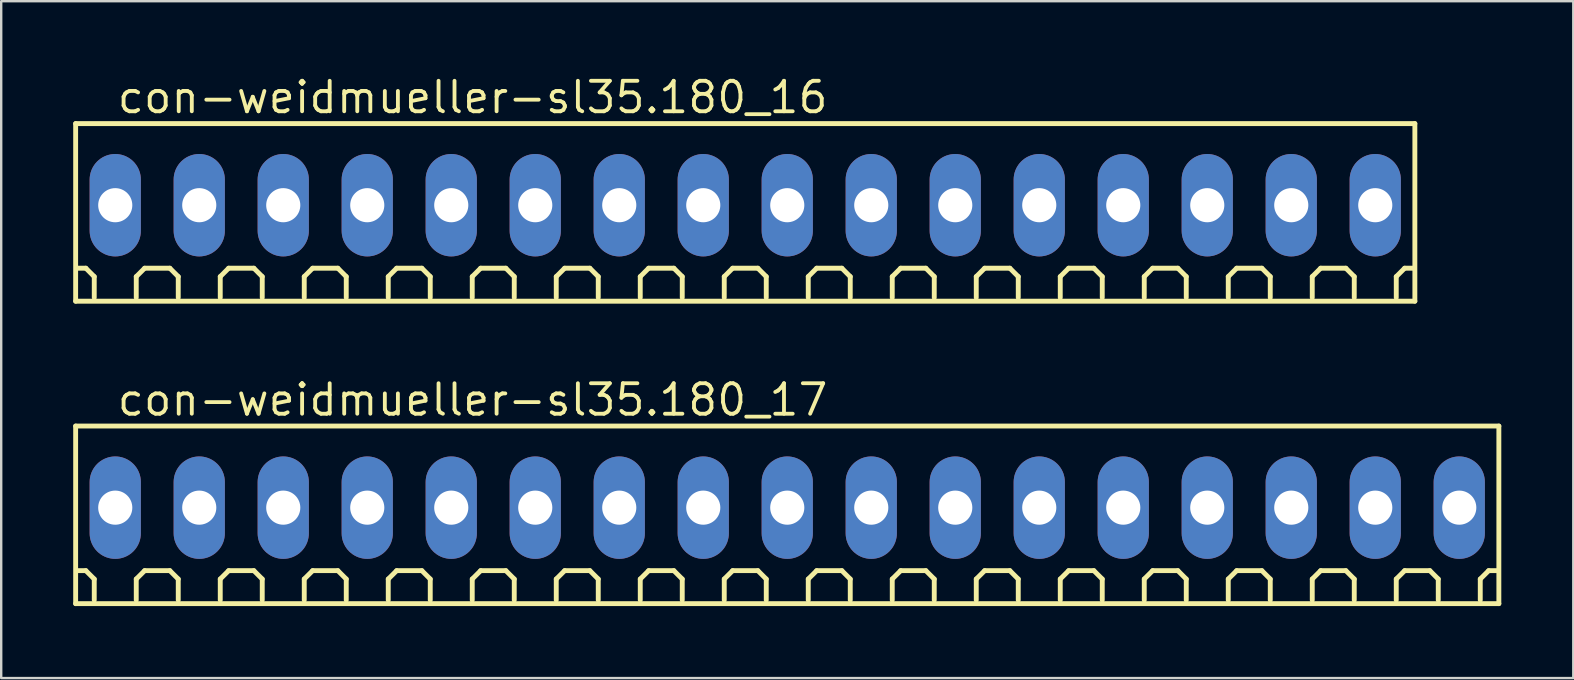
<source format=kicad_pcb>
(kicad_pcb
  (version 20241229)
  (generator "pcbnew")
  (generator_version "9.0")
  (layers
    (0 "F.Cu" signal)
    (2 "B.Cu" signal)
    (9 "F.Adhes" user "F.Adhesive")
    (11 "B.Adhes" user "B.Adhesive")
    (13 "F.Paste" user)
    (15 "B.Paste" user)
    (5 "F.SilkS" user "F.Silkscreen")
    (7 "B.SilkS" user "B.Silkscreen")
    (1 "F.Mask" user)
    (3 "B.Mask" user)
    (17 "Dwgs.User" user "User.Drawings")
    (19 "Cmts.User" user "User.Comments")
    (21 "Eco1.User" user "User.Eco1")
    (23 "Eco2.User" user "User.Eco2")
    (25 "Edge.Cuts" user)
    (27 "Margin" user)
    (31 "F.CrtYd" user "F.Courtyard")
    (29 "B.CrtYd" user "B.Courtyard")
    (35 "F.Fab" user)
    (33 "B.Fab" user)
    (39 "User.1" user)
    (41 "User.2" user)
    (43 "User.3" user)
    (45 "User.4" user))
  (footprint "con-weidmueller-sl35.180_16"
    (layer "F.Cu")
    (at 28.002 5.5)
    (property "Reference" "con-weidmueller-sl35.180_16" (at -26.25 -3.75 0) (layer "F.SilkS") (effects (font (size 1.27 1.27) (thickness 0.16)) (justify left bottom)))
    (attr through_hole)
    (fp_line (start -27.9 -3.4) (end 27.9 -3.4) (stroke (width 0.203) (type default)) (layer "F.SilkS"))
    (fp_line (start -27.9 4) (end -27.9 -3.4) (stroke (width 0.203) (type default)) (layer "F.SilkS"))
    (fp_line (start -27.475 2.625) (end -27.825 2.625) (stroke (width 0.203) (type default)) (layer "F.SilkS"))
    (fp_line (start -27.125 2.975) (end -27.475 2.625) (stroke (width 0.203) (type default)) (layer "F.SilkS"))
    (fp_line (start -27.125 3.85) (end -27.125 2.975) (stroke (width 0.203) (type default)) (layer "F.SilkS"))
    (fp_line (start -25.375 2.975) (end -25.025 2.625) (stroke (width 0.203) (type default)) (layer "F.SilkS"))
    (fp_line (start -25.375 3.85) (end -25.375 2.975) (stroke (width 0.203) (type default)) (layer "F.SilkS"))
    (fp_line (start -25.025 2.625) (end -23.975 2.625) (stroke (width 0.203) (type default)) (layer "F.SilkS"))
    (fp_line (start -23.975 2.625) (end -23.625 2.975) (stroke (width 0.203) (type default)) (layer "F.SilkS"))
    (fp_line (start -23.625 2.975) (end -23.625 3.85) (stroke (width 0.203) (type default)) (layer "F.SilkS"))
    (fp_line (start -21.875 2.975) (end -21.525 2.625) (stroke (width 0.203) (type default)) (layer "F.SilkS"))
    (fp_line (start -21.875 3.85) (end -21.875 2.975) (stroke (width 0.203) (type default)) (layer "F.SilkS"))
    (fp_line (start -21.525 2.625) (end -20.475 2.625) (stroke (width 0.203) (type default)) (layer "F.SilkS"))
    (fp_line (start -20.475 2.625) (end -20.125 2.975) (stroke (width 0.203) (type default)) (layer "F.SilkS"))
    (fp_line (start -20.125 2.975) (end -20.125 3.85) (stroke (width 0.203) (type default)) (layer "F.SilkS"))
    (fp_line (start -18.375 2.975) (end -18.025 2.625) (stroke (width 0.203) (type default)) (layer "F.SilkS"))
    (fp_line (start -18.375 3.85) (end -18.375 2.975) (stroke (width 0.203) (type default)) (layer "F.SilkS"))
    (fp_line (start -18.025 2.625) (end -16.975 2.625) (stroke (width 0.203) (type default)) (layer "F.SilkS"))
    (fp_line (start -16.975 2.625) (end -16.625 2.975) (stroke (width 0.203) (type default)) (layer "F.SilkS"))
    (fp_line (start -16.625 2.975) (end -16.625 3.85) (stroke (width 0.203) (type default)) (layer "F.SilkS"))
    (fp_line (start -14.875 2.975) (end -14.525 2.625) (stroke (width 0.203) (type default)) (layer "F.SilkS"))
    (fp_line (start -14.875 3.85) (end -14.875 2.975) (stroke (width 0.203) (type default)) (layer "F.SilkS"))
    (fp_line (start -14.525 2.625) (end -13.475 2.625) (stroke (width 0.203) (type default)) (layer "F.SilkS"))
    (fp_line (start -13.475 2.625) (end -13.125 2.975) (stroke (width 0.203) (type default)) (layer "F.SilkS"))
    (fp_line (start -13.125 2.975) (end -13.125 3.85) (stroke (width 0.203) (type default)) (layer "F.SilkS"))
    (fp_line (start -11.375 2.975) (end -11.025 2.625) (stroke (width 0.203) (type default)) (layer "F.SilkS"))
    (fp_line (start -11.375 3.85) (end -11.375 2.975) (stroke (width 0.203) (type default)) (layer "F.SilkS"))
    (fp_line (start -11.025 2.625) (end -9.975 2.625) (stroke (width 0.203) (type default)) (layer "F.SilkS"))
    (fp_line (start -9.975 2.625) (end -9.625 2.975) (stroke (width 0.203) (type default)) (layer "F.SilkS"))
    (fp_line (start -9.625 2.975) (end -9.625 3.85) (stroke (width 0.203) (type default)) (layer "F.SilkS"))
    (fp_line (start -7.875 2.975) (end -7.525 2.625) (stroke (width 0.203) (type default)) (layer "F.SilkS"))
    (fp_line (start -7.875 3.85) (end -7.875 2.975) (stroke (width 0.203) (type default)) (layer "F.SilkS"))
    (fp_line (start -7.525 2.625) (end -6.475 2.625) (stroke (width 0.203) (type default)) (layer "F.SilkS"))
    (fp_line (start -6.475 2.625) (end -6.125 2.975) (stroke (width 0.203) (type default)) (layer "F.SilkS"))
    (fp_line (start -6.125 2.975) (end -6.125 3.85) (stroke (width 0.203) (type default)) (layer "F.SilkS"))
    (fp_line (start -4.375 2.975) (end -4.025 2.625) (stroke (width 0.203) (type default)) (layer "F.SilkS"))
    (fp_line (start -4.375 3.85) (end -4.375 2.975) (stroke (width 0.203) (type default)) (layer "F.SilkS"))
    (fp_line (start -4.025 2.625) (end -2.975 2.625) (stroke (width 0.203) (type default)) (layer "F.SilkS"))
    (fp_line (start -2.975 2.625) (end -2.625 2.975) (stroke (width 0.203) (type default)) (layer "F.SilkS"))
    (fp_line (start -2.625 2.975) (end -2.625 3.85) (stroke (width 0.203) (type default)) (layer "F.SilkS"))
    (fp_line (start -0.875 2.975) (end -0.525 2.625) (stroke (width 0.203) (type default)) (layer "F.SilkS"))
    (fp_line (start -0.875 3.85) (end -0.875 2.975) (stroke (width 0.203) (type default)) (layer "F.SilkS"))
    (fp_line (start -0.525 2.625) (end 0.525 2.625) (stroke (width 0.203) (type default)) (layer "F.SilkS"))
    (fp_line (start 0.525 2.625) (end 0.875 2.975) (stroke (width 0.203) (type default)) (layer "F.SilkS"))
    (fp_line (start 0.875 2.975) (end 0.875 3.85) (stroke (width 0.203) (type default)) (layer "F.SilkS"))
    (fp_line (start 2.625 2.975) (end 2.975 2.625) (stroke (width 0.203) (type default)) (layer "F.SilkS"))
    (fp_line (start 2.625 3.85) (end 2.625 2.975) (stroke (width 0.203) (type default)) (layer "F.SilkS"))
    (fp_line (start 2.975 2.625) (end 4.025 2.625) (stroke (width 0.203) (type default)) (layer "F.SilkS"))
    (fp_line (start 4.025 2.625) (end 4.375 2.975) (stroke (width 0.203) (type default)) (layer "F.SilkS"))
    (fp_line (start 4.375 2.975) (end 4.375 3.85) (stroke (width 0.203) (type default)) (layer "F.SilkS"))
    (fp_line (start 6.125 2.975) (end 6.475 2.625) (stroke (width 0.203) (type default)) (layer "F.SilkS"))
    (fp_line (start 6.125 3.85) (end 6.125 2.975) (stroke (width 0.203) (type default)) (layer "F.SilkS"))
    (fp_line (start 6.475 2.625) (end 7.525 2.625) (stroke (width 0.203) (type default)) (layer "F.SilkS"))
    (fp_line (start 7.525 2.625) (end 7.875 2.975) (stroke (width 0.203) (type default)) (layer "F.SilkS"))
    (fp_line (start 7.875 2.975) (end 7.875 3.85) (stroke (width 0.203) (type default)) (layer "F.SilkS"))
    (fp_line (start 9.625 2.975) (end 9.975 2.625) (stroke (width 0.203) (type default)) (layer "F.SilkS"))
    (fp_line (start 9.625 3.85) (end 9.625 2.975) (stroke (width 0.203) (type default)) (layer "F.SilkS"))
    (fp_line (start 9.975 2.625) (end 11.025 2.625) (stroke (width 0.203) (type default)) (layer "F.SilkS"))
    (fp_line (start 11.025 2.625) (end 11.375 2.975) (stroke (width 0.203) (type default)) (layer "F.SilkS"))
    (fp_line (start 11.375 2.975) (end 11.375 3.85) (stroke (width 0.203) (type default)) (layer "F.SilkS"))
    (fp_line (start 13.125 2.975) (end 13.475 2.625) (stroke (width 0.203) (type default)) (layer "F.SilkS"))
    (fp_line (start 13.125 3.85) (end 13.125 2.975) (stroke (width 0.203) (type default)) (layer "F.SilkS"))
    (fp_line (start 13.475 2.625) (end 14.525 2.625) (stroke (width 0.203) (type default)) (layer "F.SilkS"))
    (fp_line (start 14.525 2.625) (end 14.875 2.975) (stroke (width 0.203) (type default)) (layer "F.SilkS"))
    (fp_line (start 14.875 2.975) (end 14.875 3.85) (stroke (width 0.203) (type default)) (layer "F.SilkS"))
    (fp_line (start 16.625 2.975) (end 16.975 2.625) (stroke (width 0.203) (type default)) (layer "F.SilkS"))
    (fp_line (start 16.625 3.85) (end 16.625 2.975) (stroke (width 0.203) (type default)) (layer "F.SilkS"))
    (fp_line (start 16.975 2.625) (end 18.025 2.625) (stroke (width 0.203) (type default)) (layer "F.SilkS"))
    (fp_line (start 18.025 2.625) (end 18.375 2.975) (stroke (width 0.203) (type default)) (layer "F.SilkS"))
    (fp_line (start 18.375 2.975) (end 18.375 3.85) (stroke (width 0.203) (type default)) (layer "F.SilkS"))
    (fp_line (start 20.125 2.975) (end 20.475 2.625) (stroke (width 0.203) (type default)) (layer "F.SilkS"))
    (fp_line (start 20.125 3.85) (end 20.125 2.975) (stroke (width 0.203) (type default)) (layer "F.SilkS"))
    (fp_line (start 20.475 2.625) (end 21.525 2.625) (stroke (width 0.203) (type default)) (layer "F.SilkS"))
    (fp_line (start 21.525 2.625) (end 21.875 2.975) (stroke (width 0.203) (type default)) (layer "F.SilkS"))
    (fp_line (start 21.875 2.975) (end 21.875 3.85) (stroke (width 0.203) (type default)) (layer "F.SilkS"))
    (fp_line (start 23.625 2.975) (end 23.975 2.625) (stroke (width 0.203) (type default)) (layer "F.SilkS"))
    (fp_line (start 23.625 3.85) (end 23.625 2.975) (stroke (width 0.203) (type default)) (layer "F.SilkS"))
    (fp_line (start 23.975 2.625) (end 25.025 2.625) (stroke (width 0.203) (type default)) (layer "F.SilkS"))
    (fp_line (start 25.025 2.625) (end 25.375 2.975) (stroke (width 0.203) (type default)) (layer "F.SilkS"))
    (fp_line (start 25.375 2.975) (end 25.375 3.85) (stroke (width 0.203) (type default)) (layer "F.SilkS"))
    (fp_line (start 27.125 2.975) (end 27.475 2.625) (stroke (width 0.203) (type default)) (layer "F.SilkS"))
    (fp_line (start 27.125 3.85) (end 27.125 2.975) (stroke (width 0.203) (type default)) (layer "F.SilkS"))
    (fp_line (start 27.825 2.625) (end 27.475 2.625) (stroke (width 0.203) (type default)) (layer "F.SilkS"))
    (fp_line (start 27.9 -3.4) (end 27.9 4) (stroke (width 0.203) (type default)) (layer "F.SilkS"))
    (fp_line (start 27.9 4) (end -27.9 4) (stroke (width 0.203) (type default)) (layer "F.SilkS"))
    (pad "1" thru_hole oval (at -26.25 0 90) (size 4.267 2.134) (drill 1.422) (layers "*.Cu" "*.Mask"))
    (pad "2" thru_hole oval (at -22.75 0 90) (size 4.267 2.134) (drill 1.422) (layers "*.Cu" "*.Mask"))
    (pad "3" thru_hole oval (at -19.25 0 90) (size 4.267 2.134) (drill 1.422) (layers "*.Cu" "*.Mask"))
    (pad "4" thru_hole oval (at -15.75 0 90) (size 4.267 2.134) (drill 1.422) (layers "*.Cu" "*.Mask"))
    (pad "5" thru_hole oval (at -12.25 0 90) (size 4.267 2.134) (drill 1.422) (layers "*.Cu" "*.Mask"))
    (pad "6" thru_hole oval (at -8.75 0 90) (size 4.267 2.134) (drill 1.422) (layers "*.Cu" "*.Mask"))
    (pad "7" thru_hole oval (at -5.25 0 90) (size 4.267 2.134) (drill 1.422) (layers "*.Cu" "*.Mask"))
    (pad "8" thru_hole oval (at -1.75 0 90) (size 4.267 2.134) (drill 1.422) (layers "*.Cu" "*.Mask"))
    (pad "9" thru_hole oval (at 1.75 0 90) (size 4.267 2.134) (drill 1.422) (layers "*.Cu" "*.Mask"))
    (pad "10" thru_hole oval (at 5.25 0 90) (size 4.267 2.134) (drill 1.422) (layers "*.Cu" "*.Mask"))
    (pad "11" thru_hole oval (at 8.75 0 90) (size 4.267 2.134) (drill 1.422) (layers "*.Cu" "*.Mask"))
    (pad "12" thru_hole oval (at 12.25 0 90) (size 4.267 2.134) (drill 1.422) (layers "*.Cu" "*.Mask"))
    (pad "13" thru_hole oval (at 15.75 0 90) (size 4.267 2.134) (drill 1.422) (layers "*.Cu" "*.Mask"))
    (pad "14" thru_hole oval (at 19.25 0 90) (size 4.267 2.134) (drill 1.422) (layers "*.Cu" "*.Mask"))
    (pad "15" thru_hole oval (at 22.75 0 90) (size 4.267 2.134) (drill 1.422) (layers "*.Cu" "*.Mask"))
    (pad "16" thru_hole oval (at 26.25 0 90) (size 4.267 2.134) (drill 1.422) (layers "*.Cu" "*.Mask")))
  (footprint "con-weidmueller-sl35.180_17"
    (layer "F.Cu")
    (at 29.752 18.102)
    (property "Reference" "con-weidmueller-sl35.180_17" (at -28 -3.75 0) (layer "F.SilkS") (effects (font (size 1.27 1.27) (thickness 0.16)) (justify left bottom)))
    (attr through_hole)
    (fp_line (start -29.65 -3.4) (end 29.65 -3.4) (stroke (width 0.203) (type default)) (layer "F.SilkS"))
    (fp_line (start -29.65 4) (end -29.65 -3.4) (stroke (width 0.203) (type default)) (layer "F.SilkS"))
    (fp_line (start -29.225 2.625) (end -29.575 2.625) (stroke (width 0.203) (type default)) (layer "F.SilkS"))
    (fp_line (start -28.875 2.975) (end -29.225 2.625) (stroke (width 0.203) (type default)) (layer "F.SilkS"))
    (fp_line (start -28.875 3.85) (end -28.875 2.975) (stroke (width 0.203) (type default)) (layer "F.SilkS"))
    (fp_line (start -27.125 2.975) (end -26.775 2.625) (stroke (width 0.203) (type default)) (layer "F.SilkS"))
    (fp_line (start -27.125 3.85) (end -27.125 2.975) (stroke (width 0.203) (type default)) (layer "F.SilkS"))
    (fp_line (start -26.775 2.625) (end -25.725 2.625) (stroke (width 0.203) (type default)) (layer "F.SilkS"))
    (fp_line (start -25.725 2.625) (end -25.375 2.975) (stroke (width 0.203) (type default)) (layer "F.SilkS"))
    (fp_line (start -25.375 2.975) (end -25.375 3.85) (stroke (width 0.203) (type default)) (layer "F.SilkS"))
    (fp_line (start -23.625 2.975) (end -23.275 2.625) (stroke (width 0.203) (type default)) (layer "F.SilkS"))
    (fp_line (start -23.625 3.85) (end -23.625 2.975) (stroke (width 0.203) (type default)) (layer "F.SilkS"))
    (fp_line (start -23.275 2.625) (end -22.225 2.625) (stroke (width 0.203) (type default)) (layer "F.SilkS"))
    (fp_line (start -22.225 2.625) (end -21.875 2.975) (stroke (width 0.203) (type default)) (layer "F.SilkS"))
    (fp_line (start -21.875 2.975) (end -21.875 3.85) (stroke (width 0.203) (type default)) (layer "F.SilkS"))
    (fp_line (start -20.125 2.975) (end -19.775 2.625) (stroke (width 0.203) (type default)) (layer "F.SilkS"))
    (fp_line (start -20.125 3.85) (end -20.125 2.975) (stroke (width 0.203) (type default)) (layer "F.SilkS"))
    (fp_line (start -19.775 2.625) (end -18.725 2.625) (stroke (width 0.203) (type default)) (layer "F.SilkS"))
    (fp_line (start -18.725 2.625) (end -18.375 2.975) (stroke (width 0.203) (type default)) (layer "F.SilkS"))
    (fp_line (start -18.375 2.975) (end -18.375 3.85) (stroke (width 0.203) (type default)) (layer "F.SilkS"))
    (fp_line (start -16.625 2.975) (end -16.275 2.625) (stroke (width 0.203) (type default)) (layer "F.SilkS"))
    (fp_line (start -16.625 3.85) (end -16.625 2.975) (stroke (width 0.203) (type default)) (layer "F.SilkS"))
    (fp_line (start -16.275 2.625) (end -15.225 2.625) (stroke (width 0.203) (type default)) (layer "F.SilkS"))
    (fp_line (start -15.225 2.625) (end -14.875 2.975) (stroke (width 0.203) (type default)) (layer "F.SilkS"))
    (fp_line (start -14.875 2.975) (end -14.875 3.85) (stroke (width 0.203) (type default)) (layer "F.SilkS"))
    (fp_line (start -13.125 2.975) (end -12.775 2.625) (stroke (width 0.203) (type default)) (layer "F.SilkS"))
    (fp_line (start -13.125 3.85) (end -13.125 2.975) (stroke (width 0.203) (type default)) (layer "F.SilkS"))
    (fp_line (start -12.775 2.625) (end -11.725 2.625) (stroke (width 0.203) (type default)) (layer "F.SilkS"))
    (fp_line (start -11.725 2.625) (end -11.375 2.975) (stroke (width 0.203) (type default)) (layer "F.SilkS"))
    (fp_line (start -11.375 2.975) (end -11.375 3.85) (stroke (width 0.203) (type default)) (layer "F.SilkS"))
    (fp_line (start -9.625 2.975) (end -9.275 2.625) (stroke (width 0.203) (type default)) (layer "F.SilkS"))
    (fp_line (start -9.625 3.85) (end -9.625 2.975) (stroke (width 0.203) (type default)) (layer "F.SilkS"))
    (fp_line (start -9.275 2.625) (end -8.225 2.625) (stroke (width 0.203) (type default)) (layer "F.SilkS"))
    (fp_line (start -8.225 2.625) (end -7.875 2.975) (stroke (width 0.203) (type default)) (layer "F.SilkS"))
    (fp_line (start -7.875 2.975) (end -7.875 3.85) (stroke (width 0.203) (type default)) (layer "F.SilkS"))
    (fp_line (start -6.125 2.975) (end -5.775 2.625) (stroke (width 0.203) (type default)) (layer "F.SilkS"))
    (fp_line (start -6.125 3.85) (end -6.125 2.975) (stroke (width 0.203) (type default)) (layer "F.SilkS"))
    (fp_line (start -5.775 2.625) (end -4.725 2.625) (stroke (width 0.203) (type default)) (layer "F.SilkS"))
    (fp_line (start -4.725 2.625) (end -4.375 2.975) (stroke (width 0.203) (type default)) (layer "F.SilkS"))
    (fp_line (start -4.375 2.975) (end -4.375 3.85) (stroke (width 0.203) (type default)) (layer "F.SilkS"))
    (fp_line (start -2.625 2.975) (end -2.275 2.625) (stroke (width 0.203) (type default)) (layer "F.SilkS"))
    (fp_line (start -2.625 3.85) (end -2.625 2.975) (stroke (width 0.203) (type default)) (layer "F.SilkS"))
    (fp_line (start -2.275 2.625) (end -1.225 2.625) (stroke (width 0.203) (type default)) (layer "F.SilkS"))
    (fp_line (start -1.225 2.625) (end -0.875 2.975) (stroke (width 0.203) (type default)) (layer "F.SilkS"))
    (fp_line (start -0.875 2.975) (end -0.875 3.85) (stroke (width 0.203) (type default)) (layer "F.SilkS"))
    (fp_line (start 0.875 2.975) (end 1.225 2.625) (stroke (width 0.203) (type default)) (layer "F.SilkS"))
    (fp_line (start 0.875 3.85) (end 0.875 2.975) (stroke (width 0.203) (type default)) (layer "F.SilkS"))
    (fp_line (start 1.225 2.625) (end 2.275 2.625) (stroke (width 0.203) (type default)) (layer "F.SilkS"))
    (fp_line (start 2.275 2.625) (end 2.625 2.975) (stroke (width 0.203) (type default)) (layer "F.SilkS"))
    (fp_line (start 2.625 2.975) (end 2.625 3.85) (stroke (width 0.203) (type default)) (layer "F.SilkS"))
    (fp_line (start 4.375 2.975) (end 4.725 2.625) (stroke (width 0.203) (type default)) (layer "F.SilkS"))
    (fp_line (start 4.375 3.85) (end 4.375 2.975) (stroke (width 0.203) (type default)) (layer "F.SilkS"))
    (fp_line (start 4.725 2.625) (end 5.775 2.625) (stroke (width 0.203) (type default)) (layer "F.SilkS"))
    (fp_line (start 5.775 2.625) (end 6.125 2.975) (stroke (width 0.203) (type default)) (layer "F.SilkS"))
    (fp_line (start 6.125 2.975) (end 6.125 3.85) (stroke (width 0.203) (type default)) (layer "F.SilkS"))
    (fp_line (start 7.875 2.975) (end 8.225 2.625) (stroke (width 0.203) (type default)) (layer "F.SilkS"))
    (fp_line (start 7.875 3.85) (end 7.875 2.975) (stroke (width 0.203) (type default)) (layer "F.SilkS"))
    (fp_line (start 8.225 2.625) (end 9.275 2.625) (stroke (width 0.203) (type default)) (layer "F.SilkS"))
    (fp_line (start 9.275 2.625) (end 9.625 2.975) (stroke (width 0.203) (type default)) (layer "F.SilkS"))
    (fp_line (start 9.625 2.975) (end 9.625 3.85) (stroke (width 0.203) (type default)) (layer "F.SilkS"))
    (fp_line (start 11.375 2.975) (end 11.725 2.625) (stroke (width 0.203) (type default)) (layer "F.SilkS"))
    (fp_line (start 11.375 3.85) (end 11.375 2.975) (stroke (width 0.203) (type default)) (layer "F.SilkS"))
    (fp_line (start 11.725 2.625) (end 12.775 2.625) (stroke (width 0.203) (type default)) (layer "F.SilkS"))
    (fp_line (start 12.775 2.625) (end 13.125 2.975) (stroke (width 0.203) (type default)) (layer "F.SilkS"))
    (fp_line (start 13.125 2.975) (end 13.125 3.85) (stroke (width 0.203) (type default)) (layer "F.SilkS"))
    (fp_line (start 14.875 2.975) (end 15.225 2.625) (stroke (width 0.203) (type default)) (layer "F.SilkS"))
    (fp_line (start 14.875 3.85) (end 14.875 2.975) (stroke (width 0.203) (type default)) (layer "F.SilkS"))
    (fp_line (start 15.225 2.625) (end 16.275 2.625) (stroke (width 0.203) (type default)) (layer "F.SilkS"))
    (fp_line (start 16.275 2.625) (end 16.625 2.975) (stroke (width 0.203) (type default)) (layer "F.SilkS"))
    (fp_line (start 16.625 2.975) (end 16.625 3.85) (stroke (width 0.203) (type default)) (layer "F.SilkS"))
    (fp_line (start 18.375 2.975) (end 18.725 2.625) (stroke (width 0.203) (type default)) (layer "F.SilkS"))
    (fp_line (start 18.375 3.85) (end 18.375 2.975) (stroke (width 0.203) (type default)) (layer "F.SilkS"))
    (fp_line (start 18.725 2.625) (end 19.775 2.625) (stroke (width 0.203) (type default)) (layer "F.SilkS"))
    (fp_line (start 19.775 2.625) (end 20.125 2.975) (stroke (width 0.203) (type default)) (layer "F.SilkS"))
    (fp_line (start 20.125 2.975) (end 20.125 3.85) (stroke (width 0.203) (type default)) (layer "F.SilkS"))
    (fp_line (start 21.875 2.975) (end 22.225 2.625) (stroke (width 0.203) (type default)) (layer "F.SilkS"))
    (fp_line (start 21.875 3.85) (end 21.875 2.975) (stroke (width 0.203) (type default)) (layer "F.SilkS"))
    (fp_line (start 22.225 2.625) (end 23.275 2.625) (stroke (width 0.203) (type default)) (layer "F.SilkS"))
    (fp_line (start 23.275 2.625) (end 23.625 2.975) (stroke (width 0.203) (type default)) (layer "F.SilkS"))
    (fp_line (start 23.625 2.975) (end 23.625 3.85) (stroke (width 0.203) (type default)) (layer "F.SilkS"))
    (fp_line (start 25.375 2.975) (end 25.725 2.625) (stroke (width 0.203) (type default)) (layer "F.SilkS"))
    (fp_line (start 25.375 3.85) (end 25.375 2.975) (stroke (width 0.203) (type default)) (layer "F.SilkS"))
    (fp_line (start 25.725 2.625) (end 26.775 2.625) (stroke (width 0.203) (type default)) (layer "F.SilkS"))
    (fp_line (start 26.775 2.625) (end 27.125 2.975) (stroke (width 0.203) (type default)) (layer "F.SilkS"))
    (fp_line (start 27.125 2.975) (end 27.125 3.85) (stroke (width 0.203) (type default)) (layer "F.SilkS"))
    (fp_line (start 28.875 2.975) (end 29.225 2.625) (stroke (width 0.203) (type default)) (layer "F.SilkS"))
    (fp_line (start 28.875 3.85) (end 28.875 2.975) (stroke (width 0.203) (type default)) (layer "F.SilkS"))
    (fp_line (start 29.225 2.625) (end 29.575 2.625) (stroke (width 0.203) (type default)) (layer "F.SilkS"))
    (fp_line (start 29.65 -3.4) (end 29.65 4) (stroke (width 0.203) (type default)) (layer "F.SilkS"))
    (fp_line (start 29.65 4) (end -29.65 4) (stroke (width 0.203) (type default)) (layer "F.SilkS"))
    (pad "1" thru_hole oval (at -28 0 90) (size 4.267 2.134) (drill 1.422) (layers "*.Cu" "*.Mask"))
    (pad "2" thru_hole oval (at -24.5 0 90) (size 4.267 2.134) (drill 1.422) (layers "*.Cu" "*.Mask"))
    (pad "3" thru_hole oval (at -21 0 90) (size 4.267 2.134) (drill 1.422) (layers "*.Cu" "*.Mask"))
    (pad "4" thru_hole oval (at -17.5 0 90) (size 4.267 2.134) (drill 1.422) (layers "*.Cu" "*.Mask"))
    (pad "5" thru_hole oval (at -14 0 90) (size 4.267 2.134) (drill 1.422) (layers "*.Cu" "*.Mask"))
    (pad "6" thru_hole oval (at -10.5 0 90) (size 4.267 2.134) (drill 1.422) (layers "*.Cu" "*.Mask"))
    (pad "7" thru_hole oval (at -7 0 90) (size 4.267 2.134) (drill 1.422) (layers "*.Cu" "*.Mask"))
    (pad "8" thru_hole oval (at -3.5 0 90) (size 4.267 2.134) (drill 1.422) (layers "*.Cu" "*.Mask"))
    (pad "9" thru_hole oval (at 0 0 90) (size 4.267 2.134) (drill 1.422) (layers "*.Cu" "*.Mask"))
    (pad "10" thru_hole oval (at 3.5 0 90) (size 4.267 2.134) (drill 1.422) (layers "*.Cu" "*.Mask"))
    (pad "11" thru_hole oval (at 7 0 90) (size 4.267 2.134) (drill 1.422) (layers "*.Cu" "*.Mask"))
    (pad "12" thru_hole oval (at 10.5 0 90) (size 4.267 2.134) (drill 1.422) (layers "*.Cu" "*.Mask"))
    (pad "13" thru_hole oval (at 14 0 90) (size 4.267 2.134) (drill 1.422) (layers "*.Cu" "*.Mask"))
    (pad "14" thru_hole oval (at 17.5 0 90) (size 4.267 2.134) (drill 1.422) (layers "*.Cu" "*.Mask"))
    (pad "15" thru_hole oval (at 21 0 90) (size 4.267 2.134) (drill 1.422) (layers "*.Cu" "*.Mask"))
    (pad "16" thru_hole oval (at 24.5 0 90) (size 4.267 2.134) (drill 1.422) (layers "*.Cu" "*.Mask"))
    (pad "17" thru_hole oval (at 28 0 90) (size 4.267 2.134) (drill 1.422) (layers "*.Cu" "*.Mask")))
  (gr_rect
    (start -3 -3)
    (end 62.503 25.203)
    (stroke (width 0.1) (type default))
    (fill no)
    (layer "Edge.Cuts")))
</source>
